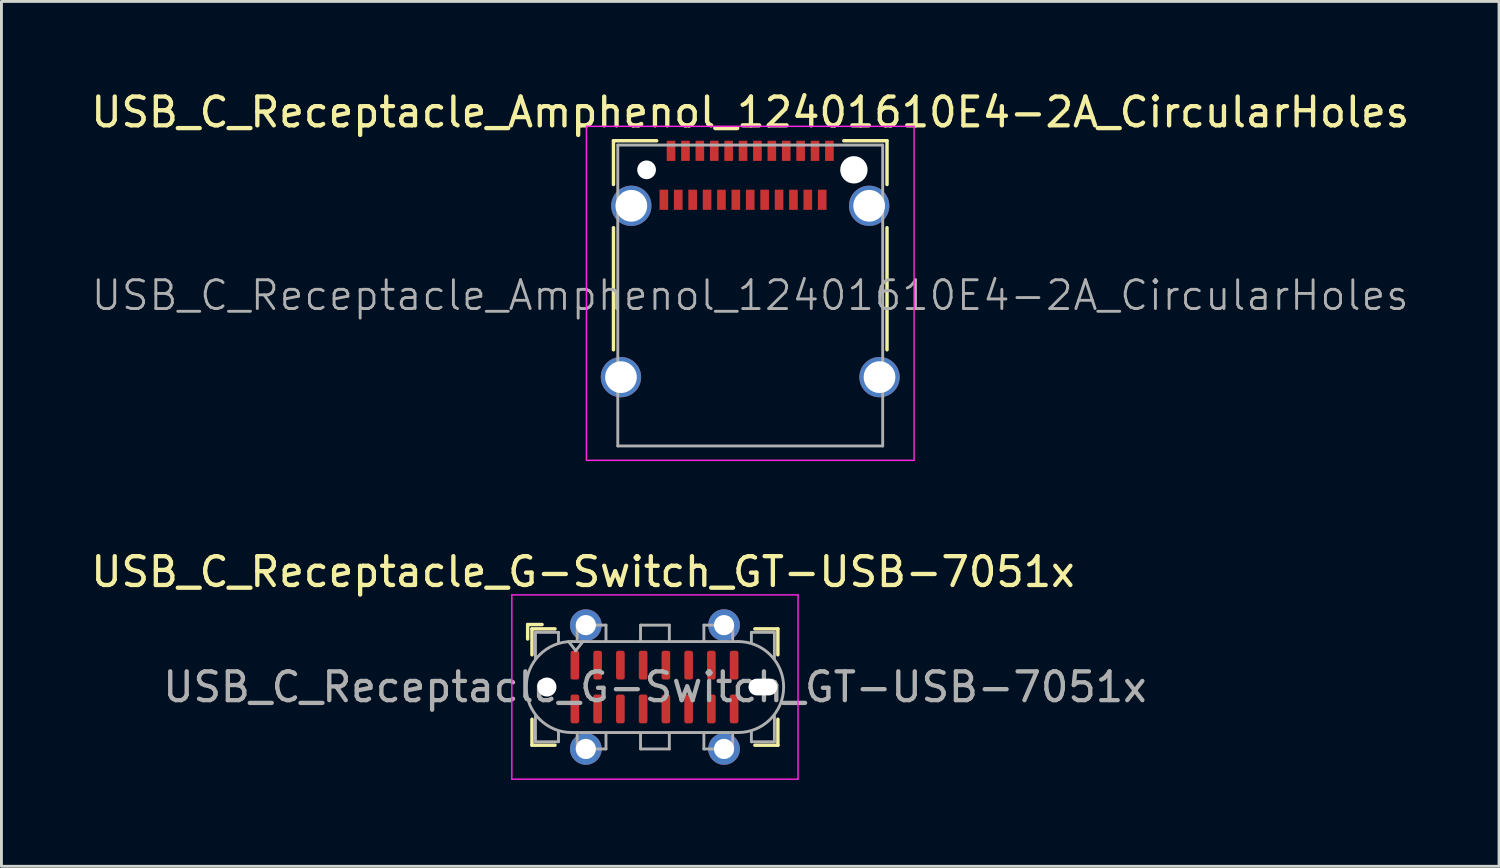
<source format=kicad_pcb>
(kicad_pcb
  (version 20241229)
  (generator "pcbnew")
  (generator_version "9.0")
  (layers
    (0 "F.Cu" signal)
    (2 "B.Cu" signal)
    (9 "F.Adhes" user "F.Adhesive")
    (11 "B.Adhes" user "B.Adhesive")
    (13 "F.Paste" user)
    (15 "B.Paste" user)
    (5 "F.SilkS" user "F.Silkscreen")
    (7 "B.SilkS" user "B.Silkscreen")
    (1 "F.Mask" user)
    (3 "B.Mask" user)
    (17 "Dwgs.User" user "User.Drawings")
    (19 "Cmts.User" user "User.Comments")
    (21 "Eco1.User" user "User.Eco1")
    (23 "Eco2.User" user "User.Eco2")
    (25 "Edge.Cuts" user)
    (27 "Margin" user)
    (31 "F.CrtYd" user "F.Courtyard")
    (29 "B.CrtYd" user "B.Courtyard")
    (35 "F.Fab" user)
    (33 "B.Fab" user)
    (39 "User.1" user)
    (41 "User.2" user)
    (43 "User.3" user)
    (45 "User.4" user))
  (footprint "USB_C_Receptacle_G-Switch_GT-USB-7051x"
    (layer "F.Cu")
    (at 19.696 20.811)
    (property "Reference" "USB_C_Receptacle_G-Switch_GT-USB-7051x" (at -2.5 -4 0) (unlocked yes) (layer "F.SilkS") (effects (font (size 1 1) (thickness 0.15))))
    (attr smd)
    (fp_line (start -4.42 -2.17) (end -4.42 -1.67) (stroke (width 0.12) (type solid)) (layer "F.SilkS"))
    (fp_line (start -4.42 -2.17) (end -3.92 -2.17) (stroke (width 0.12) (type solid)) (layer "F.SilkS"))
    (fp_line (start -4.27 -2.02) (end -4.27 -1.12) (stroke (width 0.12) (type solid)) (layer "F.SilkS"))
    (fp_line (start -4.27 -2.02) (end -3.47 -2.02) (stroke (width 0.12) (type solid)) (layer "F.SilkS"))
    (fp_line (start -4.27 2.02) (end -4.27 1.12) (stroke (width 0.12) (type solid)) (layer "F.SilkS"))
    (fp_line (start -4.27 2.02) (end -3.47 2.02) (stroke (width 0.12) (type solid)) (layer "F.SilkS"))
    (fp_line (start 4.27 -2.02) (end 3.47 -2.02) (stroke (width 0.12) (type solid)) (layer "F.SilkS"))
    (fp_line (start 4.27 -2.02) (end 4.27 -1.12) (stroke (width 0.12) (type solid)) (layer "F.SilkS"))
    (fp_line (start 4.27 2.02) (end 3.47 2.02) (stroke (width 0.12) (type solid)) (layer "F.SilkS"))
    (fp_line (start 4.27 2.02) (end 4.27 1.12) (stroke (width 0.12) (type solid)) (layer "F.SilkS"))
    (fp_line (start -4.97 -3.2) (end -4.97 3.2) (stroke (width 0.05) (type solid)) (layer "F.CrtYd"))
    (fp_line (start -4.97 3.2) (end 4.97 3.2) (stroke (width 0.05) (type solid)) (layer "F.CrtYd"))
    (fp_line (start 4.97 -3.2) (end -4.97 -3.2) (stroke (width 0.05) (type solid)) (layer "F.CrtYd"))
    (fp_line (start 4.97 3.2) (end 4.97 -3.2) (stroke (width 0.05) (type solid)) (layer "F.CrtYd"))
    (fp_line (start -4.15 -1.9) (end -4.15 -1) (stroke (width 0.1) (type solid)) (layer "F.Fab"))
    (fp_line (start -4.15 -1.9) (end -3.35 -1.9) (stroke (width 0.1) (type solid)) (layer "F.Fab"))
    (fp_line (start -4.15 1.9) (end -4.15 1) (stroke (width 0.1) (type solid)) (layer "F.Fab"))
    (fp_line (start -4.15 1.9) (end -3.35 1.9) (stroke (width 0.1) (type solid)) (layer "F.Fab"))
    (fp_line (start -3.35 -1.9) (end -3.35 -1.55) (stroke (width 0.1) (type solid)) (layer "F.Fab"))
    (fp_line (start -3.35 1.9) (end -3.35 1.55) (stroke (width 0.1) (type solid)) (layer "F.Fab"))
    (fp_line (start -2.89 1.58) (end 2.89 1.58) (stroke (width 0.1) (type solid)) (layer "F.Fab"))
    (fp_line (start -2.75 -1.26) (end -3 -1.58) (stroke (width 0.1) (type solid)) (layer "F.Fab"))
    (fp_line (start -2.7 -2.15) (end -1.7 -2.15) (stroke (width 0.1) (type solid)) (layer "F.Fab"))
    (fp_line (start -2.7 -1.6) (end -2.7 -2.15) (stroke (width 0.1) (type solid)) (layer "F.Fab"))
    (fp_line (start -2.7 1.6) (end -2.7 2.15) (stroke (width 0.1) (type solid)) (layer "F.Fab"))
    (fp_line (start -2.7 2.15) (end -1.7 2.15) (stroke (width 0.1) (type solid)) (layer "F.Fab"))
    (fp_line (start -2.5 -1.58) (end -2.75 -1.26) (stroke (width 0.1) (type solid)) (layer "F.Fab"))
    (fp_line (start -1.7 -2.15) (end -1.7 -1.6) (stroke (width 0.1) (type solid)) (layer "F.Fab"))
    (fp_line (start -1.7 2.15) (end -1.7 1.6) (stroke (width 0.1) (type solid)) (layer "F.Fab"))
    (fp_line (start -0.5 -2.15) (end 0.5 -2.15) (stroke (width 0.1) (type solid)) (layer "F.Fab"))
    (fp_line (start -0.5 -1.6) (end -0.5 -2.15) (stroke (width 0.1) (type solid)) (layer "F.Fab"))
    (fp_line (start -0.5 2.15) (end -0.5 1.6) (stroke (width 0.1) (type solid)) (layer "F.Fab"))
    (fp_line (start 0.5 -2.15) (end 0.5 -1.6) (stroke (width 0.1) (type solid)) (layer "F.Fab"))
    (fp_line (start 0.5 1.6) (end 0.5 2.15) (stroke (width 0.1) (type solid)) (layer "F.Fab"))
    (fp_line (start 0.5 2.15) (end -0.5 2.15) (stroke (width 0.1) (type solid)) (layer "F.Fab"))
    (fp_line (start 1.7 -2.15) (end 1.7 -1.6) (stroke (width 0.1) (type solid)) (layer "F.Fab"))
    (fp_line (start 1.7 2.15) (end 1.7 1.6) (stroke (width 0.1) (type solid)) (layer "F.Fab"))
    (fp_line (start 2.7 -2.15) (end 1.7 -2.15) (stroke (width 0.1) (type solid)) (layer "F.Fab"))
    (fp_line (start 2.7 -1.6) (end 2.7 -2.15) (stroke (width 0.1) (type solid)) (layer "F.Fab"))
    (fp_line (start 2.7 1.6) (end 2.7 2.15) (stroke (width 0.1) (type solid)) (layer "F.Fab"))
    (fp_line (start 2.7 2.15) (end 1.7 2.15) (stroke (width 0.1) (type solid)) (layer "F.Fab"))
    (fp_line (start 2.89 -1.58) (end -2.89 -1.58) (stroke (width 0.1) (type solid)) (layer "F.Fab"))
    (fp_line (start 3.35 -1.9) (end 3.35 -1.55) (stroke (width 0.1) (type solid)) (layer "F.Fab"))
    (fp_line (start 3.35 1.9) (end 3.35 1.55) (stroke (width 0.1) (type solid)) (layer "F.Fab"))
    (fp_line (start 4.15 -1.9) (end 3.35 -1.9) (stroke (width 0.1) (type solid)) (layer "F.Fab"))
    (fp_line (start 4.15 -1.9) (end 4.15 -1) (stroke (width 0.1) (type solid)) (layer "F.Fab"))
    (fp_line (start 4.15 1.9) (end 3.35 1.9) (stroke (width 0.1) (type solid)) (layer "F.Fab"))
    (fp_line (start 4.15 1.9) (end 4.15 1) (stroke (width 0.1) (type solid)) (layer "F.Fab"))
    (fp_arc (start -2.89 1.58) (mid -4.47 0) (end -2.89 -1.58) (stroke (width 0.1) (type solid)) (layer "F.Fab"))
    (fp_arc (start 2.89 -1.58) (mid 4.47 0) (end 2.89 1.58) (stroke (width 0.1) (type solid)) (layer "F.Fab"))
    (fp_text user "${REFERENCE}" (at 0 0 0) (unlocked yes) (layer "F.Fab") (effects (font (size 1 1) (thickness 0.15))))
    (pad "" np_thru_hole circle (at -3.75 0) (size 0.66 0.66) (drill 0.66) (layers "*.Cu" "*.Mask"))
    (pad "" np_thru_hole oval (at 3.75 0) (size 1 0.58) (drill oval 1 0.58) (layers "*.Cu" "*.Mask"))
    (pad "A1" smd roundrect (at -2.78 -0.76) (size 0.3 1) (layers "F.Cu" "F.Mask" "F.Paste") (roundrect_rratio 0.25))
    (pad "A4" smd roundrect (at -1.99 -0.76) (size 0.3 1) (layers "F.Cu" "F.Mask" "F.Paste") (roundrect_rratio 0.25))
    (pad "A5" smd roundrect (at -1.2 -0.76) (size 0.3 1) (layers "F.Cu" "F.Mask" "F.Paste") (roundrect_rratio 0.25))
    (pad "A6" smd roundrect (at -0.41 -0.76) (size 0.3 1) (layers "F.Cu" "F.Mask" "F.Paste") (roundrect_rratio 0.25))
    (pad "A7" smd roundrect (at 0.38 -0.76) (size 0.3 1) (layers "F.Cu" "F.Mask" "F.Paste") (roundrect_rratio 0.25))
    (pad "A8" smd roundrect (at 1.17 -0.76) (size 0.3 1) (layers "F.Cu" "F.Mask" "F.Paste") (roundrect_rratio 0.25))
    (pad "A9" smd roundrect (at 1.96 -0.76) (size 0.3 1) (layers "F.Cu" "F.Mask" "F.Paste") (roundrect_rratio 0.25))
    (pad "A12" smd roundrect (at 2.75 -0.76) (size 0.3 1) (layers "F.Cu" "F.Mask" "F.Paste") (roundrect_rratio 0.25))
    (pad "B1" smd roundrect (at 2.75 0.76) (size 0.3 1) (layers "F.Cu" "F.Mask" "F.Paste") (roundrect_rratio 0.25))
    (pad "B4" smd roundrect (at 1.96 0.76) (size 0.3 1) (layers "F.Cu" "F.Mask" "F.Paste") (roundrect_rratio 0.25))
    (pad "B5" smd roundrect (at 1.17 0.76) (size 0.3 1) (layers "F.Cu" "F.Mask" "F.Paste") (roundrect_rratio 0.25))
    (pad "B6" smd roundrect (at 0.38 0.76) (size 0.3 1) (layers "F.Cu" "F.Mask" "F.Paste") (roundrect_rratio 0.25))
    (pad "B7" smd roundrect (at -0.41 0.76) (size 0.3 1) (layers "F.Cu" "F.Mask" "F.Paste") (roundrect_rratio 0.25))
    (pad "B8" smd roundrect (at -1.2 0.76) (size 0.3 1) (layers "F.Cu" "F.Mask" "F.Paste") (roundrect_rratio 0.25))
    (pad "B9" smd roundrect (at -1.99 0.76) (size 0.3 1) (layers "F.Cu" "F.Mask" "F.Paste") (roundrect_rratio 0.25))
    (pad "B12" smd roundrect (at -2.78 0.76) (size 0.3 1) (layers "F.Cu" "F.Mask" "F.Paste") (roundrect_rratio 0.25))
    (pad "S1" thru_hole circle (at -2.4 -2.15) (size 1.1 1.1) (drill 0.7) (property pad_prop_heatsink) (layers "*.Cu" "*.Mask" "F.Paste"))
    (pad "S1" thru_hole circle (at -2.4 2.15) (size 1.1 1.1) (drill 0.7) (property pad_prop_heatsink) (layers "*.Cu" "*.Mask" "F.Paste"))
    (pad "S1" thru_hole circle (at 2.4 -2.15) (size 1.1 1.1) (drill 0.7) (property pad_prop_heatsink) (layers "*.Cu" "*.Mask" "F.Paste"))
    (pad "S1" thru_hole circle (at 2.4 2.15) (size 1.1 1.1) (drill 0.7) (property pad_prop_heatsink) (layers "*.Cu" "*.Mask" "F.Paste"))
    (zone (net_name "") (layer "F.Cu") (name "peg") (hatch full 0.508) (connect_pads) (min_thickness 0.254) (filled_areas_thickness no) (keepout (tracks not_allowed) (vias not_allowed) (pads not_allowed) (copperpour not_allowed) (footprints not_allowed)) (placement (enabled no)) (fill) (polygon (pts (xy 20.496 19.012) (xy 18.896 19.012) (xy 18.896 18.311) (xy 20.496 18.311))))
    (zone (net_name "") (layer "F.Cu") (name "peg") (hatch full 0.508) (connect_pads) (min_thickness 0.254) (filled_areas_thickness no) (keepout (tracks not_allowed) (vias not_allowed) (pads not_allowed) (copperpour not_allowed) (footprints not_allowed)) (placement (enabled no)) (fill) (polygon (pts (xy 20.496 23.311) (xy 18.896 23.311) (xy 18.896 22.611) (xy 20.496 22.611)))))
  (footprint "USB_C_Receptacle_Amphenol_12401610E4-2A_CircularHoles"
    (layer "F.Cu")
    (at 23.006 7.208)
    (property "Reference" "USB_C_Receptacle_Amphenol_12401610E4-2A_CircularHoles" (at 0 -6.36 0) (layer "F.SilkS") (effects (font (size 1 1) (thickness 0.15))))
    (attr smd)
    (fp_line (start -4.75 -5.37) (end -4.75 -3.85) (stroke (width 0.12) (type solid)) (layer "F.SilkS"))
    (fp_line (start -4.75 -5.37) (end -3.25 -5.37) (stroke (width 0.12) (type solid)) (layer "F.SilkS"))
    (fp_line (start -4.75 -2.35) (end -4.75 1.89) (stroke (width 0.12) (type solid)) (layer "F.SilkS"))
    (fp_line (start 3.25 -5.37) (end 4.75 -5.37) (stroke (width 0.12) (type solid)) (layer "F.SilkS"))
    (fp_line (start 4.75 -5.37) (end 4.75 -3.85) (stroke (width 0.12) (type solid)) (layer "F.SilkS"))
    (fp_line (start 4.75 -2.35) (end 4.75 1.89) (stroke (width 0.12) (type solid)) (layer "F.SilkS"))
    (fp_line (start -5.69 -5.87) (end 5.69 -5.87) (stroke (width 0.05) (type solid)) (layer "F.CrtYd"))
    (fp_line (start -5.69 5.73) (end -5.69 -5.87) (stroke (width 0.05) (type solid)) (layer "F.CrtYd"))
    (fp_line (start 5.69 -5.87) (end 5.69 5.73) (stroke (width 0.05) (type solid)) (layer "F.CrtYd"))
    (fp_line (start 5.69 5.73) (end -5.69 5.73) (stroke (width 0.05) (type solid)) (layer "F.CrtYd"))
    (fp_line (start -4.6 -5.22) (end 4.6 -5.22) (stroke (width 0.1) (type solid)) (layer "F.Fab"))
    (fp_line (start -4.6 5.23) (end -4.6 -5.22) (stroke (width 0.1) (type solid)) (layer "F.Fab"))
    (fp_line (start -4.6 5.23) (end 4.6 5.23) (stroke (width 0.1) (type solid)) (layer "F.Fab"))
    (fp_line (start 4.6 5.23) (end 4.6 -5.22) (stroke (width 0.1) (type solid)) (layer "F.Fab"))
    (fp_text user "${REFERENCE}" (at 0 0 0) (layer "F.Fab") (effects (font (size 1 1) (thickness 0.1))))
    (pad "" np_thru_hole circle (at -3.6 -4.36) (size 0.65 0.65) (drill 0.65) (layers "*.Cu" "*.Mask"))
    (pad "" np_thru_hole circle (at 3.6 -4.36) (size 0.95 0.95) (drill 0.95) (layers "*.Cu" "*.Mask"))
    (pad "A1" smd rect (at -2.75 -5.02) (size 0.3 0.7) (layers "F.Cu" "F.Mask" "F.Paste"))
    (pad "A2" smd rect (at -2.25 -5.02) (size 0.3 0.7) (layers "F.Cu" "F.Mask" "F.Paste"))
    (pad "A3" smd rect (at -1.75 -5.02) (size 0.3 0.7) (layers "F.Cu" "F.Mask" "F.Paste"))
    (pad "A4" smd rect (at -1.25 -5.02) (size 0.3 0.7) (layers "F.Cu" "F.Mask" "F.Paste"))
    (pad "A5" smd rect (at -0.75 -5.02) (size 0.3 0.7) (layers "F.Cu" "F.Mask" "F.Paste"))
    (pad "A6" smd rect (at -0.25 -5.02) (size 0.3 0.7) (layers "F.Cu" "F.Mask" "F.Paste"))
    (pad "A7" smd rect (at 0.25 -5.02) (size 0.3 0.7) (layers "F.Cu" "F.Mask" "F.Paste"))
    (pad "A8" smd rect (at 0.75 -5.02) (size 0.3 0.7) (layers "F.Cu" "F.Mask" "F.Paste"))
    (pad "A9" smd rect (at 1.25 -5.02) (size 0.3 0.7) (layers "F.Cu" "F.Mask" "F.Paste"))
    (pad "A10" smd rect (at 1.75 -5.02) (size 0.3 0.7) (layers "F.Cu" "F.Mask" "F.Paste"))
    (pad "A11" smd rect (at 2.25 -5.02) (size 0.3 0.7) (layers "F.Cu" "F.Mask" "F.Paste"))
    (pad "A12" smd rect (at 2.75 -5.02) (size 0.3 0.7) (layers "F.Cu" "F.Mask" "F.Paste"))
    (pad "B1" smd rect (at 2.5 -3.32) (size 0.3 0.7) (layers "F.Cu" "F.Mask" "F.Paste"))
    (pad "B2" smd rect (at 2 -3.32) (size 0.3 0.7) (layers "F.Cu" "F.Mask" "F.Paste"))
    (pad "B3" smd rect (at 1.5 -3.32) (size 0.3 0.7) (layers "F.Cu" "F.Mask" "F.Paste"))
    (pad "B4" smd rect (at 1 -3.32) (size 0.3 0.7) (layers "F.Cu" "F.Mask" "F.Paste"))
    (pad "B5" smd rect (at 0.5 -3.32) (size 0.3 0.7) (layers "F.Cu" "F.Mask" "F.Paste"))
    (pad "B6" smd rect (at 0 -3.32) (size 0.3 0.7) (layers "F.Cu" "F.Mask" "F.Paste"))
    (pad "B7" smd rect (at -0.5 -3.32) (size 0.3 0.7) (layers "F.Cu" "F.Mask" "F.Paste"))
    (pad "B8" smd rect (at -1 -3.32) (size 0.3 0.7) (layers "F.Cu" "F.Mask" "F.Paste"))
    (pad "B9" smd rect (at -1.5 -3.32) (size 0.3 0.7) (layers "F.Cu" "F.Mask" "F.Paste"))
    (pad "B10" smd rect (at -2 -3.32) (size 0.3 0.7) (layers "F.Cu" "F.Mask" "F.Paste"))
    (pad "B11" smd rect (at -2.5 -3.32) (size 0.3 0.7) (layers "F.Cu" "F.Mask" "F.Paste"))
    (pad "B12" smd rect (at -3 -3.32) (size 0.3 0.7) (layers "F.Cu" "F.Mask" "F.Paste"))
    (pad "S1" thru_hole circle (at -4.49 2.84) (size 1.4 1.4) (drill 1.1) (property pad_prop_heatsink) (layers "*.Cu" "*.Mask"))
    (pad "S1" thru_hole circle (at -4.13 -3.11) (size 1.4 1.4) (drill 1.1) (property pad_prop_heatsink) (layers "*.Cu" "*.Mask"))
    (pad "S1" thru_hole circle (at 4.13 -3.11) (size 1.4 1.4) (drill 1.1) (property pad_prop_heatsink) (layers "*.Cu" "*.Mask"))
    (pad "S1" thru_hole circle (at 4.49 2.84) (size 1.4 1.4) (drill 1.1) (property pad_prop_heatsink) (layers "*.Cu" "*.Mask")))
  (gr_rect
    (start -3 -3)
    (end 49.012 27.037)
    (stroke (width 0.1) (type default))
    (fill no)
    (layer "Edge.Cuts")))
</source>
